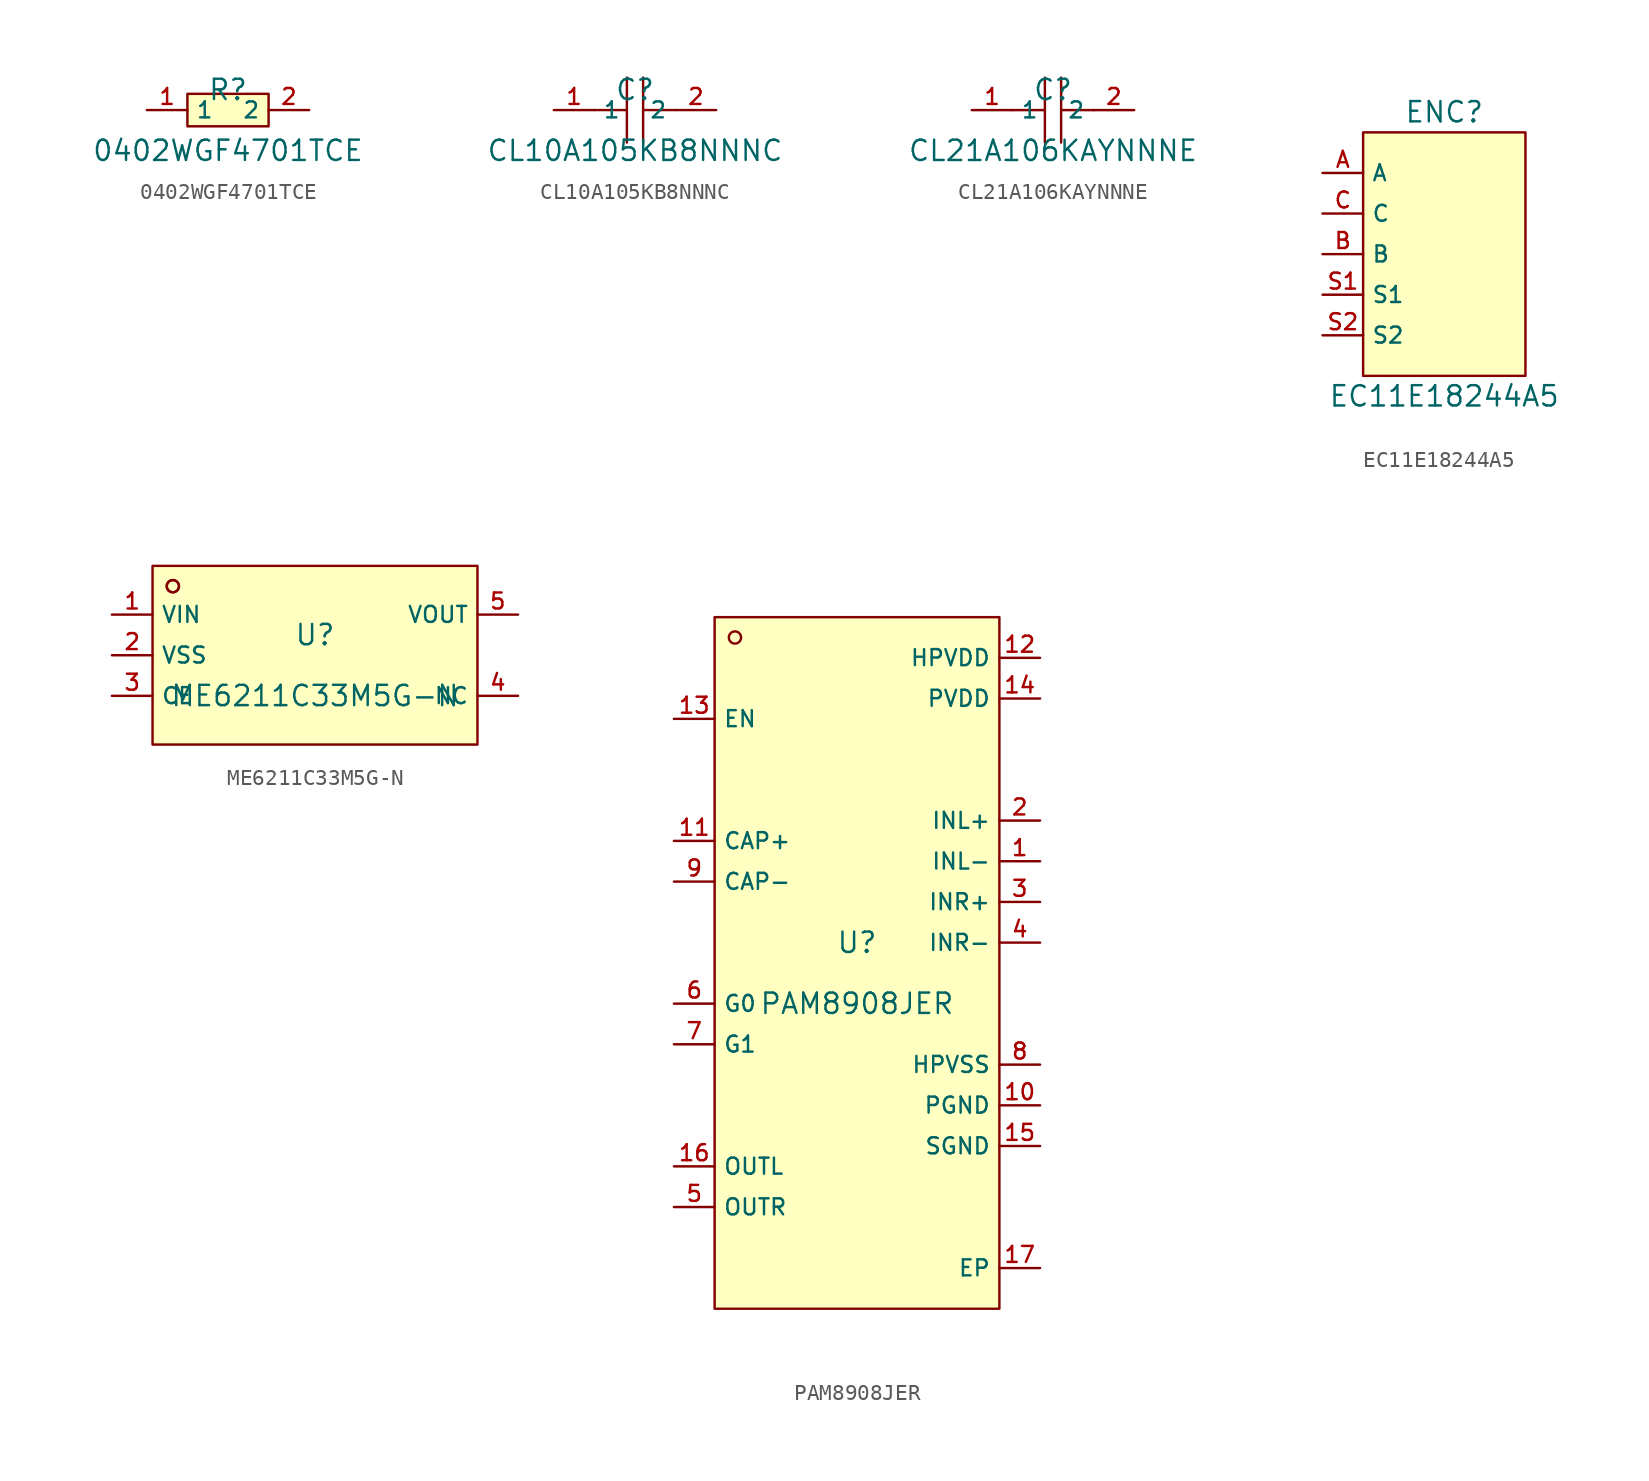
<source format=kicad_sym>
(kicad_symbol_lib
  (version 20220914)
  (generator ensure_symbols_csv)
  (symbol "0402WGF4701TCE"
    (property "Reference" "R"
      (at 0 1.27 0)
      (effects (font (size 1.27 1.27))))
    (property "Value" "0402WGF4701TCE"
      (at 0 -2.54 0)
      (effects (font (size 1.27 1.27))))
    (symbol "0402WGF4701TCE_0_1"
      (pin input line (at 5.08 -0.0 180) (length 2.54) (name "2" (effects (font (size 1 1)))) (number "2" (effects (font (size 1 1)))))
      (pin input line (at -5.08 -0.0 0) (length 2.54) (name "1" (effects (font (size 1 1)))) (number "1" (effects (font (size 1 1)))))
      (rectangle (start -2.54 1.016) (end 2.54 -1.016) (stroke (width 0) (type default) (color 0 0 0 0)) (fill (type background)))))
  (symbol "CL10A105KB8NNNC"
    (property "Reference" "C"
      (at 0 1.27 0)
      (effects (font (size 1.27 1.27))))
    (property "Value" "CL10A105KB8NNNC"
      (at 0 -2.54 0)
      (effects (font (size 1.27 1.27))))
    (symbol "CL10A105KB8NNNC_0_1"
      (polyline (pts (xy -0.508 -0.0) (xy -2.54 -0.0)) (stroke (width 0) (type default) (color 0 0 0 0)) (fill (type none)))
      (pin unspecified line (at 5.08 -0.0 180) (length 2.54) (name "2" (effects (font (size 1 1)))) (number "2" (effects (font (size 1 1)))))
      (polyline (pts (xy 0.508 2.032) (xy 0.508 -2.032)) (stroke (width 0) (type default) (color 0 0 0 0)) (fill (type none)))
      (polyline (pts (xy 2.54 -0.0) (xy 0.508 -0.0)) (stroke (width 0) (type default) (color 0 0 0 0)) (fill (type none)))
      (pin unspecified line (at -5.08 -0.0 0) (length 2.54) (name "1" (effects (font (size 1 1)))) (number "1" (effects (font (size 1 1)))))
      (polyline (pts (xy -0.508 -2.032) (xy -0.508 2.032)) (stroke (width 0) (type default) (color 0 0 0 0)) (fill (type none)))))
  (symbol "CL21A106KAYNNNE"
    (property "Reference" "C"
      (at 0 1.27 0)
      (effects (font (size 1.27 1.27))))
    (property "Value" "CL21A106KAYNNNE"
      (at 0 -2.54 0)
      (effects (font (size 1.27 1.27))))
    (symbol "CL21A106KAYNNNE_0_1"
      (polyline (pts (xy -0.508 -0.0) (xy -2.54 -0.0)) (stroke (width 0) (type default) (color 0 0 0 0)) (fill (type none)))
      (pin unspecified line (at 5.08 -0.0 180) (length 2.54) (name "2" (effects (font (size 1 1)))) (number "2" (effects (font (size 1 1)))))
      (polyline (pts (xy 0.508 2.032) (xy 0.508 -2.032)) (stroke (width 0) (type default) (color 0 0 0 0)) (fill (type none)))
      (polyline (pts (xy 2.54 -0.0) (xy 0.508 -0.0)) (stroke (width 0) (type default) (color 0 0 0 0)) (fill (type none)))
      (pin unspecified line (at -5.08 -0.0 0) (length 2.54) (name "1" (effects (font (size 1 1)))) (number "1" (effects (font (size 1 1)))))
      (polyline (pts (xy -0.508 -2.032) (xy -0.508 2.032)) (stroke (width 0) (type default) (color 0 0 0 0)) (fill (type none)))))
  (symbol "EC11E18244A5"
    (property "Reference" "ENC"
      (at 0 8.89 0)
      (effects (font (size 1.27 1.27))))
    (property "Value" "EC11E18244A5"
      (at 0 -8.89 0)
      (effects (font (size 1.27 1.27))))
    (symbol "EC11E18244A5_0_1"
      (rectangle (start -5.08 7.62) (end 5.08 -7.62) (stroke (width 0) (type default)) (fill (type background)))
      (pin passive line (at -7.62 5.08 0) (length 2.54) (name "A" (effects (font (size 1 1)))) (number "A" (effects (font (size 1 1)))))
      (pin passive line (at -7.62 2.54 0) (length 2.54) (name "C" (effects (font (size 1 1)))) (number "C" (effects (font (size 1 1)))))
      (pin passive line (at -7.62 0 0) (length 2.54) (name "B" (effects (font (size 1 1)))) (number "B" (effects (font (size 1 1)))))
      (pin passive line (at -7.62 -2.54 0) (length 2.54) (name "S1" (effects (font (size 1 1)))) (number "S1" (effects (font (size 1 1)))))
      (pin passive line (at -7.62 -5.08 0) (length 2.54) (name "S2" (effects (font (size 1 1)))) (number "S2" (effects (font (size 1 1)))))))
  (symbol "ME6211C33M5G-N"
    (property "Reference" "U"
      (at 0 1.27 0)
      (effects (font (size 1.27 1.27))))
    (property "Value" "ME6211C33M5G-N"
      (at 0 -2.54 0)
      (effects (font (size 1.27 1.27))))
    (symbol "ME6211C33M5G-N_0_1"
      (circle (center -8.89 4.318) (radius 0.381) (stroke (width 0) (type default) (color 0 0 0 0)) (fill (type background)))
      (rectangle (start -10.16 5.588) (end 10.16 -5.588) (stroke (width 0) (type default) (color 0 0 0 0)) (fill (type background)))
      (circle (center -8.89 4.318) (radius 0.381) (stroke (width 0) (type default) (color 0 0 0 0)) (fill (type background)))
      (pin unspecified line (at -12.7 2.54 0) (length 2.54) (name "VIN" (effects (font (size 1 1)))) (number "1" (effects (font (size 1 1)))))
      (pin unspecified line (at -12.7 -0.0 0) (length 2.54) (name "VSS" (effects (font (size 1 1)))) (number "2" (effects (font (size 1 1)))))
      (pin unspecified line (at -12.7 -2.54 0) (length 2.54) (name "CE" (effects (font (size 1 1)))) (number "3" (effects (font (size 1 1)))))
      (pin unspecified line (at 12.7 -2.54 180) (length 2.54) (name "NC" (effects (font (size 1 1)))) (number "4" (effects (font (size 1 1)))))
      (pin unspecified line (at 12.7 2.54 180) (length 2.54) (name "VOUT" (effects (font (size 1 1)))) (number "5" (effects (font (size 1 1)))))))
  (symbol "PAM8908JER"
    (property "Reference" "U"
      (at 0 1.27 0)
      (effects (font (size 1.27 1.27))))
    (property "Value" "PAM8908JER"
      (at 0 -2.54 0)
      (effects (font (size 1.27 1.27))))
    (symbol "PAM8908JER_0_1"
      (rectangle (start -8.89 21.59) (end 8.89 -21.59) (stroke (width 0) (type default) (color 0 0 0 0)) (fill (type background)))
      (circle (center -7.62 20.32) (radius 0.381) (stroke (width 0) (type default) (color 0 0 0 0)) (fill (type background)))
      (pin unspecified line (at -11.43 15.24 0) (length 2.54) (name "EN" (effects (font (size 1 1)))) (number "13" (effects (font (size 1 1)))))
      (pin unspecified line (at -11.43 7.62 0) (length 2.54) (name "CAP+" (effects (font (size 1 1)))) (number "11" (effects (font (size 1 1)))))
      (pin unspecified line (at -11.43 5.08 0) (length 2.54) (name "CAP-" (effects (font (size 1 1)))) (number "9" (effects (font (size 1 1)))))
      (pin unspecified line (at -11.43 -2.54 0) (length 2.54) (name "G0" (effects (font (size 1 1)))) (number "6" (effects (font (size 1 1)))))
      (pin unspecified line (at -11.43 -5.08 0) (length 2.54) (name "G1" (effects (font (size 1 1)))) (number "7" (effects (font (size 1 1)))))
      (pin unspecified line (at -11.43 -12.7 0) (length 2.54) (name "OUTL" (effects (font (size 1 1)))) (number "16" (effects (font (size 1 1)))))
      (pin unspecified line (at -11.43 -15.24 0) (length 2.54) (name "OUTR" (effects (font (size 1 1)))) (number "5" (effects (font (size 1 1)))))
      (pin unspecified line (at 11.43 -19.05 180) (length 2.54) (name "EP" (effects (font (size 1 1)))) (number "17" (effects (font (size 1 1)))))
      (pin unspecified line (at 11.43 -11.43 180) (length 2.54) (name "SGND" (effects (font (size 1 1)))) (number "15" (effects (font (size 1 1)))))
      (pin unspecified line (at 11.43 -8.89 180) (length 2.54) (name "PGND" (effects (font (size 1 1)))) (number "10" (effects (font (size 1 1)))))
      (pin unspecified line (at 11.43 -6.35 180) (length 2.54) (name "HPVSS" (effects (font (size 1 1)))) (number "8" (effects (font (size 1 1)))))
      (pin unspecified line (at 11.43 1.27 180) (length 2.54) (name "INR-" (effects (font (size 1 1)))) (number "4" (effects (font (size 1 1)))))
      (pin unspecified line (at 11.43 3.81 180) (length 2.54) (name "INR+" (effects (font (size 1 1)))) (number "3" (effects (font (size 1 1)))))
      (pin unspecified line (at 11.43 6.35 180) (length 2.54) (name "INL-" (effects (font (size 1 1)))) (number "1" (effects (font (size 1 1)))))
      (pin unspecified line (at 11.43 8.89 180) (length 2.54) (name "INL+" (effects (font (size 1 1)))) (number "2" (effects (font (size 1 1)))))
      (pin unspecified line (at 11.43 16.51 180) (length 2.54) (name "PVDD" (effects (font (size 1 1)))) (number "14" (effects (font (size 1 1)))))
      (pin unspecified line (at 11.43 19.05 180) (length 2.54) (name "HPVDD" (effects (font (size 1 1)))) (number "12" (effects (font (size 1 1))))))))
</source>
